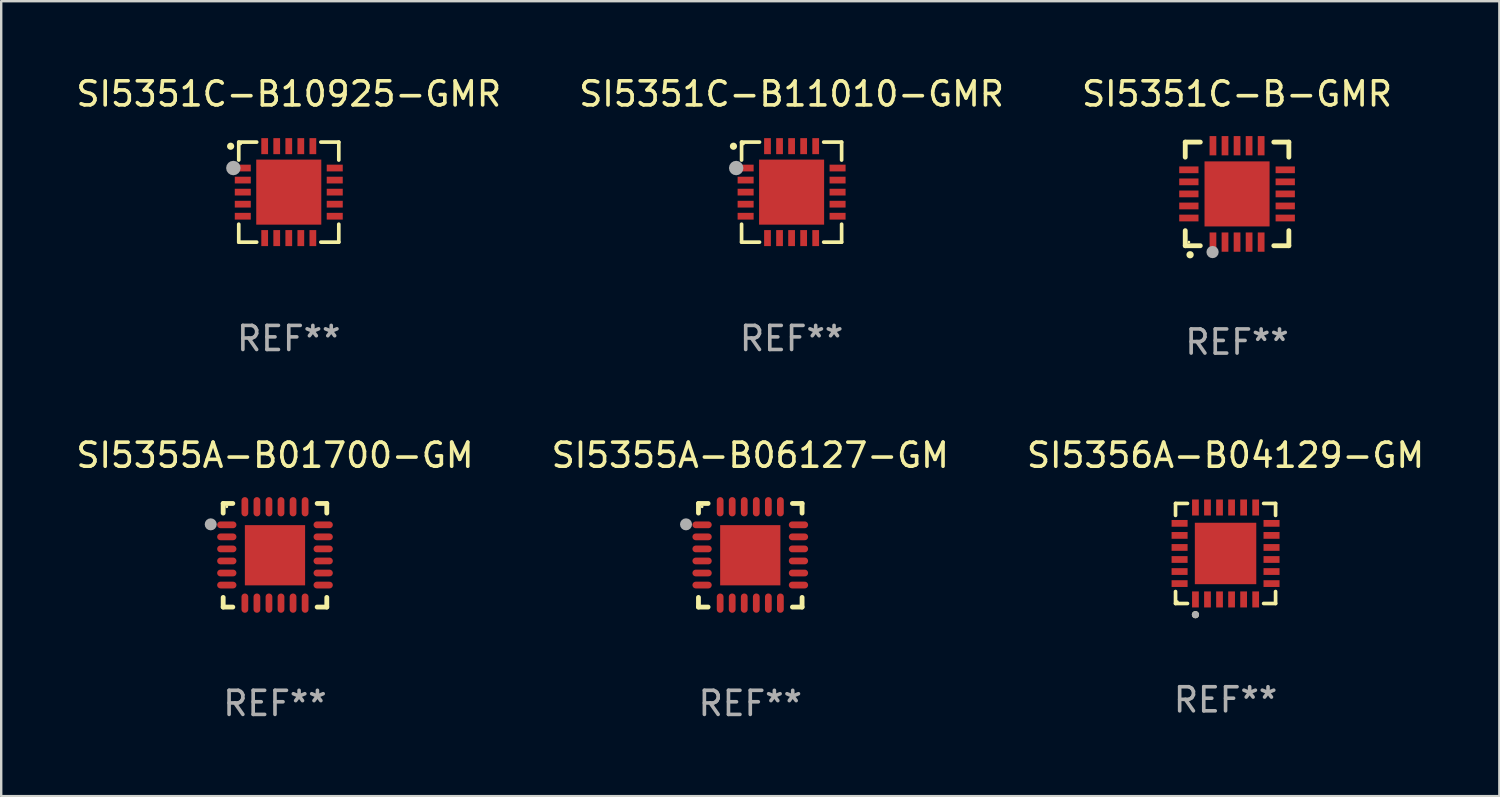
<source format=kicad_pcb>
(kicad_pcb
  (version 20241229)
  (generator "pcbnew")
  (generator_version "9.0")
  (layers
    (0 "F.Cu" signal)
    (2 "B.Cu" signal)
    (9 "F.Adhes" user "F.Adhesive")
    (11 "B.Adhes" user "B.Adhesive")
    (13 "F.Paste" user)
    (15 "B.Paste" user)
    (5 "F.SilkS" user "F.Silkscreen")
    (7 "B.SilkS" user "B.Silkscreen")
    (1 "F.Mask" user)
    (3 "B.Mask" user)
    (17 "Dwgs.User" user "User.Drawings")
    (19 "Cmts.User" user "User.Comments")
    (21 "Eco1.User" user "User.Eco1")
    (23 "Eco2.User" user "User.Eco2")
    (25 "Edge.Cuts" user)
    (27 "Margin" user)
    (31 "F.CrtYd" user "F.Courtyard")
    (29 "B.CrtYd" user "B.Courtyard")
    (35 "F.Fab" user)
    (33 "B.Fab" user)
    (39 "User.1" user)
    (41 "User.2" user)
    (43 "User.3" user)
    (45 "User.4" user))
  (footprint "SI5355A-B01700-GM"
    (layer "F.Cu")
    (at 8.363 19.995)
    (property "Reference" "SI5355A-B01700-GM" (at 0 -4.15 0) (layer "F.SilkS") (effects (font (size 1 1) (thickness 0.15))))
    (attr through_hole)
    (fp_line (start -2.15 -2.15) (end -1.75 -2.15) (stroke (width 0.2) (type solid)) (layer "F.SilkS"))
    (fp_line (start -2.15 -1.75) (end -2.15 -2.15) (stroke (width 0.2) (type solid)) (layer "F.SilkS"))
    (fp_line (start -2.15 2.15) (end -2.15 1.75) (stroke (width 0.2) (type solid)) (layer "F.SilkS"))
    (fp_line (start -1.75 2.15) (end -2.15 2.15) (stroke (width 0.2) (type solid)) (layer "F.SilkS"))
    (fp_line (start 1.75 -2.15) (end 2.15 -2.15) (stroke (width 0.2) (type solid)) (layer "F.SilkS"))
    (fp_line (start 1.75 2.15) (end 2.15 2.15) (stroke (width 0.2) (type solid)) (layer "F.SilkS"))
    (fp_line (start 2.15 -2.15) (end 2.15 -1.75) (stroke (width 0.2) (type solid)) (layer "F.SilkS"))
    (fp_line (start 2.15 2.15) (end 2.15 1.75) (stroke (width 0.2) (type solid)) (layer "F.SilkS"))
    (fp_circle (center -2 -2.013) (end -1.97 -2.013) (stroke (width 0.06) (type solid)) (fill no) (layer "F.SilkS"))
    (fp_circle (center -2.667 -1.283) (end -2.542 -1.283) (stroke (width 0.25) (type solid)) (fill no) (layer "F.Fab"))
    (fp_text user "REF**" (at 0 6.15 0) (layer "F.Fab") (effects (font (size 1 1) (thickness 0.15))))
    (pad "1" smd oval (at -2 -1.263) (size 0.8 0.28) (layers "F.Cu" "F.Mask" "F.Paste"))
    (pad "2" smd oval (at -2 -0.763) (size 0.8 0.28) (layers "F.Cu" "F.Mask" "F.Paste"))
    (pad "3" smd oval (at -2 -0.263) (size 0.8 0.28) (layers "F.Cu" "F.Mask" "F.Paste"))
    (pad "4" smd oval (at -2 0.237) (size 0.8 0.28) (layers "F.Cu" "F.Mask" "F.Paste"))
    (pad "5" smd oval (at -2 0.737) (size 0.8 0.28) (layers "F.Cu" "F.Mask" "F.Paste"))
    (pad "6" smd oval (at -2 1.237) (size 0.8 0.28) (layers "F.Cu" "F.Mask" "F.Paste"))
    (pad "7" smd oval (at -1.25 1.987) (size 0.28 0.8) (layers "F.Cu" "F.Mask" "F.Paste"))
    (pad "8" smd oval (at -0.75 1.987) (size 0.28 0.8) (layers "F.Cu" "F.Mask" "F.Paste"))
    (pad "9" smd oval (at -0.25 1.987) (size 0.28 0.8) (layers "F.Cu" "F.Mask" "F.Paste"))
    (pad "10" smd oval (at 0.25 1.987) (size 0.28 0.8) (layers "F.Cu" "F.Mask" "F.Paste"))
    (pad "11" smd oval (at 0.75 1.987) (size 0.28 0.8) (layers "F.Cu" "F.Mask" "F.Paste"))
    (pad "12" smd oval (at 1.25 1.987) (size 0.28 0.8) (layers "F.Cu" "F.Mask" "F.Paste"))
    (pad "13" smd oval (at 2 1.237) (size 0.8 0.28) (layers "F.Cu" "F.Mask" "F.Paste"))
    (pad "14" smd oval (at 2 0.737) (size 0.8 0.28) (layers "F.Cu" "F.Mask" "F.Paste"))
    (pad "15" smd oval (at 2 0.237) (size 0.8 0.28) (layers "F.Cu" "F.Mask" "F.Paste"))
    (pad "16" smd oval (at 2 -0.263) (size 0.8 0.28) (layers "F.Cu" "F.Mask" "F.Paste"))
    (pad "17" smd oval (at 2 -0.763) (size 0.8 0.28) (layers "F.Cu" "F.Mask" "F.Paste"))
    (pad "18" smd oval (at 2 -1.263) (size 0.8 0.28) (layers "F.Cu" "F.Mask" "F.Paste"))
    (pad "19" smd oval (at 1.25 -2.013) (size 0.28 0.8) (layers "F.Cu" "F.Mask" "F.Paste"))
    (pad "20" smd oval (at 0.75 -2.013) (size 0.28 0.8) (layers "F.Cu" "F.Mask" "F.Paste"))
    (pad "21" smd oval (at 0.25 -2.013) (size 0.28 0.8) (layers "F.Cu" "F.Mask" "F.Paste"))
    (pad "22" smd oval (at -0.25 -2.013) (size 0.28 0.8) (layers "F.Cu" "F.Mask" "F.Paste"))
    (pad "23" smd oval (at -0.75 -2.013) (size 0.28 0.8) (layers "F.Cu" "F.Mask" "F.Paste"))
    (pad "24" smd oval (at -1.25 -2.013) (size 0.28 0.8) (layers "F.Cu" "F.Mask" "F.Paste"))
    (pad "25" smd rect (at -0.000127 -0.00014) (size 2.5 2.5) (layers "F.Cu" "F.Mask" "F.Paste")))
  (footprint "SI5356A-B04129-GM"
    (layer "F.Cu")
    (at 47.815 19.921)
    (property "Reference" "SI5356A-B04129-GM" (at 0 -4.076 0) (layer "F.SilkS") (effects (font (size 1 1) (thickness 0.15))))
    (attr through_hole)
    (fp_line (start -2.076 -2.076) (end -1.58 -2.076) (stroke (width 0.152) (type solid)) (layer "F.SilkS"))
    (fp_line (start -2.076 -1.58) (end -2.076 -2.076) (stroke (width 0.152) (type solid)) (layer "F.SilkS"))
    (fp_line (start -2.076 1.58) (end -2.076 2.076) (stroke (width 0.152) (type solid)) (layer "F.SilkS"))
    (fp_line (start -2.076 2.076) (end -1.58 2.076) (stroke (width 0.152) (type solid)) (layer "F.SilkS"))
    (fp_line (start 2.076 -2.076) (end 1.58 -2.076) (stroke (width 0.152) (type solid)) (layer "F.SilkS"))
    (fp_line (start 2.076 -1.58) (end 2.076 -2.076) (stroke (width 0.152) (type solid)) (layer "F.SilkS"))
    (fp_line (start 2.076 1.58) (end 2.076 2.076) (stroke (width 0.152) (type solid)) (layer "F.SilkS"))
    (fp_line (start 2.076 2.076) (end 1.58 2.076) (stroke (width 0.152) (type solid)) (layer "F.SilkS"))
    (fp_circle (center -2 2) (end -1.97 2) (stroke (width 0.06) (type solid)) (fill no) (layer "F.SilkS"))
    (fp_circle (center -1.25 2.54) (end -1.175 2.54) (stroke (width 0.15) (type solid)) (fill no) (layer "F.SilkS"))
    (fp_circle (center -1.25 2.54) (end -1.175 2.54) (stroke (width 0.15) (type solid)) (fill no) (layer "F.Fab"))
    (fp_text user "REF**" (at 0 6.076 0) (layer "F.Fab") (effects (font (size 1 1) (thickness 0.15))))
    (pad "1" smd rect (at -1.25 1.908) (size 0.28 0.665) (layers "F.Cu" "F.Mask" "F.Paste"))
    (pad "2" smd rect (at -0.75 1.908) (size 0.28 0.665) (layers "F.Cu" "F.Mask" "F.Paste"))
    (pad "3" smd rect (at -0.25 1.908) (size 0.28 0.665) (layers "F.Cu" "F.Mask" "F.Paste"))
    (pad "4" smd rect (at 0.25 1.908) (size 0.28 0.665) (layers "F.Cu" "F.Mask" "F.Paste"))
    (pad "5" smd rect (at 0.75 1.908) (size 0.28 0.665) (layers "F.Cu" "F.Mask" "F.Paste"))
    (pad "6" smd rect (at 1.25 1.908) (size 0.28 0.665) (layers "F.Cu" "F.Mask" "F.Paste"))
    (pad "7" smd rect (at 1.908 1.25) (size 0.665 0.28) (layers "F.Cu" "F.Mask" "F.Paste"))
    (pad "8" smd rect (at 1.908 0.75) (size 0.665 0.28) (layers "F.Cu" "F.Mask" "F.Paste"))
    (pad "9" smd rect (at 1.908 0.25) (size 0.665 0.28) (layers "F.Cu" "F.Mask" "F.Paste"))
    (pad "10" smd rect (at 1.908 -0.25) (size 0.665 0.28) (layers "F.Cu" "F.Mask" "F.Paste"))
    (pad "11" smd rect (at 1.908 -0.75) (size 0.665 0.28) (layers "F.Cu" "F.Mask" "F.Paste"))
    (pad "12" smd rect (at 1.908 -1.25) (size 0.665 0.28) (layers "F.Cu" "F.Mask" "F.Paste"))
    (pad "13" smd rect (at 1.25 -1.908) (size 0.28 0.665) (layers "F.Cu" "F.Mask" "F.Paste"))
    (pad "14" smd rect (at 0.75 -1.908) (size 0.28 0.665) (layers "F.Cu" "F.Mask" "F.Paste"))
    (pad "15" smd rect (at 0.25 -1.908) (size 0.28 0.665) (layers "F.Cu" "F.Mask" "F.Paste"))
    (pad "16" smd rect (at -0.25 -1.908) (size 0.28 0.665) (layers "F.Cu" "F.Mask" "F.Paste"))
    (pad "17" smd rect (at -0.75 -1.908) (size 0.28 0.665) (layers "F.Cu" "F.Mask" "F.Paste"))
    (pad "18" smd rect (at -1.25 -1.908) (size 0.28 0.665) (layers "F.Cu" "F.Mask" "F.Paste"))
    (pad "19" smd rect (at -1.908 -1.25) (size 0.665 0.28) (layers "F.Cu" "F.Mask" "F.Paste"))
    (pad "20" smd rect (at -1.908 -0.75) (size 0.665 0.28) (layers "F.Cu" "F.Mask" "F.Paste"))
    (pad "21" smd rect (at -1.908 -0.25) (size 0.665 0.28) (layers "F.Cu" "F.Mask" "F.Paste"))
    (pad "22" smd rect (at -1.908 0.25) (size 0.665 0.28) (layers "F.Cu" "F.Mask" "F.Paste"))
    (pad "23" smd rect (at -1.908 0.75) (size 0.665 0.28) (layers "F.Cu" "F.Mask" "F.Paste"))
    (pad "24" smd rect (at -1.908 1.25) (size 0.665 0.28) (layers "F.Cu" "F.Mask" "F.Paste"))
    (pad "25" smd rect (at 0 0) (size 2.55 2.55) (layers "F.Cu" "F.Mask" "F.Paste")))
  (footprint "SI5351C-B10925-GMR"
    (layer "F.Cu")
    (at 8.935 4.924)
    (property "Reference" "SI5351C-B10925-GMR" (at 0 -4.076 0) (layer "F.SilkS") (effects (font (size 1 1) (thickness 0.15))))
    (attr through_hole)
    (fp_line (start -2.076 -2.076) (end -2.076 -1.331) (stroke (width 0.152) (type solid)) (layer "F.SilkS"))
    (fp_line (start -2.076 2.076) (end -2.076 1.331) (stroke (width 0.152) (type solid)) (layer "F.SilkS"))
    (fp_line (start -1.331 -2.076) (end -2.076 -2.076) (stroke (width 0.152) (type solid)) (layer "F.SilkS"))
    (fp_line (start -1.331 2.076) (end -2.076 2.076) (stroke (width 0.152) (type solid)) (layer "F.SilkS"))
    (fp_line (start 1.331 -2.076) (end 2.076 -2.076) (stroke (width 0.152) (type solid)) (layer "F.SilkS"))
    (fp_line (start 1.331 2.076) (end 2.076 2.076) (stroke (width 0.152) (type solid)) (layer "F.SilkS"))
    (fp_line (start 2.076 -2.076) (end 2.076 -1.331) (stroke (width 0.152) (type solid)) (layer "F.SilkS"))
    (fp_line (start 2.076 2.076) (end 2.076 1.331) (stroke (width 0.152) (type solid)) (layer "F.SilkS"))
    (fp_circle (center -2.413 -1.905) (end -2.338 -1.905) (stroke (width 0.15) (type solid)) (fill no) (layer "F.SilkS"))
    (fp_circle (center -2 -2) (end -1.97 -2) (stroke (width 0.06) (type solid)) (fill no) (layer "F.SilkS"))
    (fp_circle (center -2.3 -1) (end -2.15 -1) (stroke (width 0.3) (type solid)) (fill no) (layer "F.Fab"))
    (fp_text user "REF**" (at 0 6.076 0) (layer "F.Fab") (effects (font (size 1 1) (thickness 0.15))))
    (pad "1" smd rect (at -1.908 -1) (size 0.665 0.28) (layers "F.Cu" "F.Mask" "F.Paste"))
    (pad "2" smd rect (at -1.908 -0.5) (size 0.665 0.28) (layers "F.Cu" "F.Mask" "F.Paste"))
    (pad "3" smd rect (at -1.908 0) (size 0.665 0.28) (layers "F.Cu" "F.Mask" "F.Paste"))
    (pad "4" smd rect (at -1.908 0.5) (size 0.665 0.28) (layers "F.Cu" "F.Mask" "F.Paste"))
    (pad "5" smd rect (at -1.908 1) (size 0.665 0.28) (layers "F.Cu" "F.Mask" "F.Paste"))
    (pad "6" smd rect (at -1 1.908) (size 0.28 0.665) (layers "F.Cu" "F.Mask" "F.Paste"))
    (pad "7" smd rect (at -0.5 1.908) (size 0.28 0.665) (layers "F.Cu" "F.Mask" "F.Paste"))
    (pad "8" smd rect (at 0 1.908) (size 0.28 0.665) (layers "F.Cu" "F.Mask" "F.Paste"))
    (pad "9" smd rect (at 0.5 1.908) (size 0.28 0.665) (layers "F.Cu" "F.Mask" "F.Paste"))
    (pad "10" smd rect (at 1 1.908) (size 0.28 0.665) (layers "F.Cu" "F.Mask" "F.Paste"))
    (pad "11" smd rect (at 1.908 1) (size 0.665 0.28) (layers "F.Cu" "F.Mask" "F.Paste"))
    (pad "12" smd rect (at 1.908 0.5) (size 0.665 0.28) (layers "F.Cu" "F.Mask" "F.Paste"))
    (pad "13" smd rect (at 1.908 0) (size 0.665 0.28) (layers "F.Cu" "F.Mask" "F.Paste"))
    (pad "14" smd rect (at 1.908 -0.5) (size 0.665 0.28) (layers "F.Cu" "F.Mask" "F.Paste"))
    (pad "15" smd rect (at 1.908 -1) (size 0.665 0.28) (layers "F.Cu" "F.Mask" "F.Paste"))
    (pad "16" smd rect (at 1 -1.908) (size 0.28 0.665) (layers "F.Cu" "F.Mask" "F.Paste"))
    (pad "17" smd rect (at 0.5 -1.908) (size 0.28 0.665) (layers "F.Cu" "F.Mask" "F.Paste"))
    (pad "18" smd rect (at 0 -1.908) (size 0.28 0.665) (layers "F.Cu" "F.Mask" "F.Paste"))
    (pad "19" smd rect (at -0.5 -1.908) (size 0.28 0.665) (layers "F.Cu" "F.Mask" "F.Paste"))
    (pad "20" smd rect (at -1 -1.908) (size 0.28 0.665) (layers "F.Cu" "F.Mask" "F.Paste"))
    (pad "21" smd rect (at 0 0) (size 2.7 2.7) (layers "F.Cu" "F.Mask" "F.Paste")))
  (footprint "SI5351C-B-GMR"
    (layer "F.Cu")
    (at 48.292 4.998)
    (property "Reference" "SI5351C-B-GMR" (at 0 -4.15 0) (layer "F.SilkS") (effects (font (size 1 1) (thickness 0.15))))
    (attr through_hole)
    (fp_line (start -2.15 -2.15) (end -2.15 -1.525) (stroke (width 0.2) (type solid)) (layer "F.SilkS"))
    (fp_line (start -2.15 2.15) (end -2.15 1.525) (stroke (width 0.2) (type solid)) (layer "F.SilkS"))
    (fp_line (start -1.525 -2.15) (end -2.15 -2.15) (stroke (width 0.2) (type solid)) (layer "F.SilkS"))
    (fp_line (start -1.525 2.15) (end -2.15 2.15) (stroke (width 0.2) (type solid)) (layer "F.SilkS"))
    (fp_line (start 1.525 2.15) (end 2.15 2.15) (stroke (width 0.2) (type solid)) (layer "F.SilkS"))
    (fp_line (start 2.15 -2.15) (end 1.525 -2.15) (stroke (width 0.2) (type solid)) (layer "F.SilkS"))
    (fp_line (start 2.15 -1.525) (end 2.15 -2.15) (stroke (width 0.2) (type solid)) (layer "F.SilkS"))
    (fp_line (start 2.15 2.15) (end 2.15 1.525) (stroke (width 0.2) (type solid)) (layer "F.SilkS"))
    (fp_arc (start -1.950724 2.524765) (mid -1.949454 2.52476) (end -1.948184 2.524765) (stroke (width 0.3) (type solid)) (layer "F.SilkS"))
    (fp_circle (center -2 2) (end -1.97 2) (stroke (width 0.06) (type solid)) (fill no) (layer "F.SilkS"))
    (fp_circle (center -1.016 2.413) (end -0.889 2.413) (stroke (width 0.254) (type solid)) (fill no) (layer "F.Fab"))
    (fp_text user "REF**" (at 0 6.15 0) (layer "F.Fab") (effects (font (size 1 1) (thickness 0.15))))
    (pad "1" smd rect (at -1 2) (size 0.28 0.8) (layers "F.Cu" "F.Mask" "F.Paste"))
    (pad "2" smd rect (at -0.5 2) (size 0.28 0.8) (layers "F.Cu" "F.Mask" "F.Paste"))
    (pad "3" smd rect (at 0 2) (size 0.28 0.8) (layers "F.Cu" "F.Mask" "F.Paste"))
    (pad "4" smd rect (at 0.5 2) (size 0.28 0.8) (layers "F.Cu" "F.Mask" "F.Paste"))
    (pad "5" smd rect (at 1 2) (size 0.28 0.8) (layers "F.Cu" "F.Mask" "F.Paste"))
    (pad "6" smd rect (at 2 1) (size 0.8 0.28) (layers "F.Cu" "F.Mask" "F.Paste"))
    (pad "7" smd rect (at 2 0.5) (size 0.8 0.28) (layers "F.Cu" "F.Mask" "F.Paste"))
    (pad "8" smd rect (at 2 0) (size 0.8 0.28) (layers "F.Cu" "F.Mask" "F.Paste"))
    (pad "9" smd rect (at 2 -0.5) (size 0.8 0.28) (layers "F.Cu" "F.Mask" "F.Paste"))
    (pad "10" smd rect (at 2 -1) (size 0.8 0.28) (layers "F.Cu" "F.Mask" "F.Paste"))
    (pad "11" smd rect (at 1 -2) (size 0.28 0.8) (layers "F.Cu" "F.Mask" "F.Paste"))
    (pad "12" smd rect (at 0.5 -2) (size 0.28 0.8) (layers "F.Cu" "F.Mask" "F.Paste"))
    (pad "13" smd rect (at 0 -2) (size 0.28 0.8) (layers "F.Cu" "F.Mask" "F.Paste"))
    (pad "14" smd rect (at -0.5 -2) (size 0.28 0.8) (layers "F.Cu" "F.Mask" "F.Paste"))
    (pad "15" smd rect (at -1 -2) (size 0.28 0.8) (layers "F.Cu" "F.Mask" "F.Paste"))
    (pad "16" smd rect (at -2 -1) (size 0.8 0.28) (layers "F.Cu" "F.Mask" "F.Paste"))
    (pad "17" smd rect (at -2 -0.5) (size 0.8 0.28) (layers "F.Cu" "F.Mask" "F.Paste"))
    (pad "18" smd rect (at -2 0) (size 0.8 0.28) (layers "F.Cu" "F.Mask" "F.Paste"))
    (pad "19" smd rect (at -2 0.5) (size 0.8 0.28) (layers "F.Cu" "F.Mask" "F.Paste"))
    (pad "20" smd rect (at -2 1) (size 0.8 0.28) (layers "F.Cu" "F.Mask" "F.Paste"))
    (pad "21" smd rect (at 0 0) (size 2.7 2.7) (layers "F.Cu" "F.Mask" "F.Paste")))
  (footprint "SI5351C-B11010-GMR"
    (layer "F.Cu")
    (at 29.804 4.924)
    (property "Reference" "SI5351C-B11010-GMR" (at 0 -4.076 0) (layer "F.SilkS") (effects (font (size 1 1) (thickness 0.15))))
    (attr through_hole)
    (fp_line (start -2.076 -2.076) (end -2.076 -1.331) (stroke (width 0.152) (type solid)) (layer "F.SilkS"))
    (fp_line (start -2.076 2.076) (end -2.076 1.331) (stroke (width 0.152) (type solid)) (layer "F.SilkS"))
    (fp_line (start -1.331 -2.076) (end -2.076 -2.076) (stroke (width 0.152) (type solid)) (layer "F.SilkS"))
    (fp_line (start -1.331 2.076) (end -2.076 2.076) (stroke (width 0.152) (type solid)) (layer "F.SilkS"))
    (fp_line (start 1.331 -2.076) (end 2.076 -2.076) (stroke (width 0.152) (type solid)) (layer "F.SilkS"))
    (fp_line (start 1.331 2.076) (end 2.076 2.076) (stroke (width 0.152) (type solid)) (layer "F.SilkS"))
    (fp_line (start 2.076 -2.076) (end 2.076 -1.331) (stroke (width 0.152) (type solid)) (layer "F.SilkS"))
    (fp_line (start 2.076 2.076) (end 2.076 1.331) (stroke (width 0.152) (type solid)) (layer "F.SilkS"))
    (fp_circle (center -2.413 -1.905) (end -2.338 -1.905) (stroke (width 0.15) (type solid)) (fill no) (layer "F.SilkS"))
    (fp_circle (center -2 -2) (end -1.97 -2) (stroke (width 0.06) (type solid)) (fill no) (layer "F.SilkS"))
    (fp_circle (center -2.3 -1) (end -2.15 -1) (stroke (width 0.3) (type solid)) (fill no) (layer "F.Fab"))
    (fp_text user "REF**" (at 0 6.076 0) (layer "F.Fab") (effects (font (size 1 1) (thickness 0.15))))
    (pad "1" smd rect (at -1.908 -1) (size 0.665 0.28) (layers "F.Cu" "F.Mask" "F.Paste"))
    (pad "2" smd rect (at -1.908 -0.5) (size 0.665 0.28) (layers "F.Cu" "F.Mask" "F.Paste"))
    (pad "3" smd rect (at -1.908 0) (size 0.665 0.28) (layers "F.Cu" "F.Mask" "F.Paste"))
    (pad "4" smd rect (at -1.908 0.5) (size 0.665 0.28) (layers "F.Cu" "F.Mask" "F.Paste"))
    (pad "5" smd rect (at -1.908 1) (size 0.665 0.28) (layers "F.Cu" "F.Mask" "F.Paste"))
    (pad "6" smd rect (at -1 1.908) (size 0.28 0.665) (layers "F.Cu" "F.Mask" "F.Paste"))
    (pad "7" smd rect (at -0.5 1.908) (size 0.28 0.665) (layers "F.Cu" "F.Mask" "F.Paste"))
    (pad "8" smd rect (at 0 1.908) (size 0.28 0.665) (layers "F.Cu" "F.Mask" "F.Paste"))
    (pad "9" smd rect (at 0.5 1.908) (size 0.28 0.665) (layers "F.Cu" "F.Mask" "F.Paste"))
    (pad "10" smd rect (at 1 1.908) (size 0.28 0.665) (layers "F.Cu" "F.Mask" "F.Paste"))
    (pad "11" smd rect (at 1.908 1) (size 0.665 0.28) (layers "F.Cu" "F.Mask" "F.Paste"))
    (pad "12" smd rect (at 1.908 0.5) (size 0.665 0.28) (layers "F.Cu" "F.Mask" "F.Paste"))
    (pad "13" smd rect (at 1.908 0) (size 0.665 0.28) (layers "F.Cu" "F.Mask" "F.Paste"))
    (pad "14" smd rect (at 1.908 -0.5) (size 0.665 0.28) (layers "F.Cu" "F.Mask" "F.Paste"))
    (pad "15" smd rect (at 1.908 -1) (size 0.665 0.28) (layers "F.Cu" "F.Mask" "F.Paste"))
    (pad "16" smd rect (at 1 -1.908) (size 0.28 0.665) (layers "F.Cu" "F.Mask" "F.Paste"))
    (pad "17" smd rect (at 0.5 -1.908) (size 0.28 0.665) (layers "F.Cu" "F.Mask" "F.Paste"))
    (pad "18" smd rect (at 0 -1.908) (size 0.28 0.665) (layers "F.Cu" "F.Mask" "F.Paste"))
    (pad "19" smd rect (at -0.5 -1.908) (size 0.28 0.665) (layers "F.Cu" "F.Mask" "F.Paste"))
    (pad "20" smd rect (at -1 -1.908) (size 0.28 0.665) (layers "F.Cu" "F.Mask" "F.Paste"))
    (pad "21" smd rect (at 0 0) (size 2.7 2.7) (layers "F.Cu" "F.Mask" "F.Paste")))
  (footprint "SI5355A-B06127-GM"
    (layer "F.Cu")
    (at 28.089 19.995)
    (property "Reference" "SI5355A-B06127-GM" (at 0 -4.15 0) (layer "F.SilkS") (effects (font (size 1 1) (thickness 0.15))))
    (attr through_hole)
    (fp_line (start -2.15 -2.15) (end -1.75 -2.15) (stroke (width 0.2) (type solid)) (layer "F.SilkS"))
    (fp_line (start -2.15 -1.75) (end -2.15 -2.15) (stroke (width 0.2) (type solid)) (layer "F.SilkS"))
    (fp_line (start -2.15 2.15) (end -2.15 1.75) (stroke (width 0.2) (type solid)) (layer "F.SilkS"))
    (fp_line (start -1.75 2.15) (end -2.15 2.15) (stroke (width 0.2) (type solid)) (layer "F.SilkS"))
    (fp_line (start 1.75 -2.15) (end 2.15 -2.15) (stroke (width 0.2) (type solid)) (layer "F.SilkS"))
    (fp_line (start 1.75 2.15) (end 2.15 2.15) (stroke (width 0.2) (type solid)) (layer "F.SilkS"))
    (fp_line (start 2.15 -2.15) (end 2.15 -1.75) (stroke (width 0.2) (type solid)) (layer "F.SilkS"))
    (fp_line (start 2.15 2.15) (end 2.15 1.75) (stroke (width 0.2) (type solid)) (layer "F.SilkS"))
    (fp_circle (center -2 -2.013) (end -1.97 -2.013) (stroke (width 0.06) (type solid)) (fill no) (layer "F.SilkS"))
    (fp_circle (center -2.667 -1.283) (end -2.542 -1.283) (stroke (width 0.25) (type solid)) (fill no) (layer "F.Fab"))
    (fp_text user "REF**" (at 0 6.15 0) (layer "F.Fab") (effects (font (size 1 1) (thickness 0.15))))
    (pad "1" smd oval (at -2 -1.263) (size 0.8 0.28) (layers "F.Cu" "F.Mask" "F.Paste"))
    (pad "2" smd oval (at -2 -0.763) (size 0.8 0.28) (layers "F.Cu" "F.Mask" "F.Paste"))
    (pad "3" smd oval (at -2 -0.263) (size 0.8 0.28) (layers "F.Cu" "F.Mask" "F.Paste"))
    (pad "4" smd oval (at -2 0.237) (size 0.8 0.28) (layers "F.Cu" "F.Mask" "F.Paste"))
    (pad "5" smd oval (at -2 0.737) (size 0.8 0.28) (layers "F.Cu" "F.Mask" "F.Paste"))
    (pad "6" smd oval (at -2 1.237) (size 0.8 0.28) (layers "F.Cu" "F.Mask" "F.Paste"))
    (pad "7" smd oval (at -1.25 1.987) (size 0.28 0.8) (layers "F.Cu" "F.Mask" "F.Paste"))
    (pad "8" smd oval (at -0.75 1.987) (size 0.28 0.8) (layers "F.Cu" "F.Mask" "F.Paste"))
    (pad "9" smd oval (at -0.25 1.987) (size 0.28 0.8) (layers "F.Cu" "F.Mask" "F.Paste"))
    (pad "10" smd oval (at 0.25 1.987) (size 0.28 0.8) (layers "F.Cu" "F.Mask" "F.Paste"))
    (pad "11" smd oval (at 0.75 1.987) (size 0.28 0.8) (layers "F.Cu" "F.Mask" "F.Paste"))
    (pad "12" smd oval (at 1.25 1.987) (size 0.28 0.8) (layers "F.Cu" "F.Mask" "F.Paste"))
    (pad "13" smd oval (at 2 1.237) (size 0.8 0.28) (layers "F.Cu" "F.Mask" "F.Paste"))
    (pad "14" smd oval (at 2 0.737) (size 0.8 0.28) (layers "F.Cu" "F.Mask" "F.Paste"))
    (pad "15" smd oval (at 2 0.237) (size 0.8 0.28) (layers "F.Cu" "F.Mask" "F.Paste"))
    (pad "16" smd oval (at 2 -0.263) (size 0.8 0.28) (layers "F.Cu" "F.Mask" "F.Paste"))
    (pad "17" smd oval (at 2 -0.763) (size 0.8 0.28) (layers "F.Cu" "F.Mask" "F.Paste"))
    (pad "18" smd oval (at 2 -1.263) (size 0.8 0.28) (layers "F.Cu" "F.Mask" "F.Paste"))
    (pad "19" smd oval (at 1.25 -2.013) (size 0.28 0.8) (layers "F.Cu" "F.Mask" "F.Paste"))
    (pad "20" smd oval (at 0.75 -2.013) (size 0.28 0.8) (layers "F.Cu" "F.Mask" "F.Paste"))
    (pad "21" smd oval (at 0.25 -2.013) (size 0.28 0.8) (layers "F.Cu" "F.Mask" "F.Paste"))
    (pad "22" smd oval (at -0.25 -2.013) (size 0.28 0.8) (layers "F.Cu" "F.Mask" "F.Paste"))
    (pad "23" smd oval (at -0.75 -2.013) (size 0.28 0.8) (layers "F.Cu" "F.Mask" "F.Paste"))
    (pad "24" smd oval (at -1.25 -2.013) (size 0.28 0.8) (layers "F.Cu" "F.Mask" "F.Paste"))
    (pad "25" smd rect (at -0.000127 -0.00014) (size 2.5 2.5) (layers "F.Cu" "F.Mask" "F.Paste")))
  (gr_rect
    (start -3 -3)
    (end 59.179 29.993)
    (stroke (width 0.1) (type default))
    (fill no)
    (layer "Edge.Cuts")))
</source>
